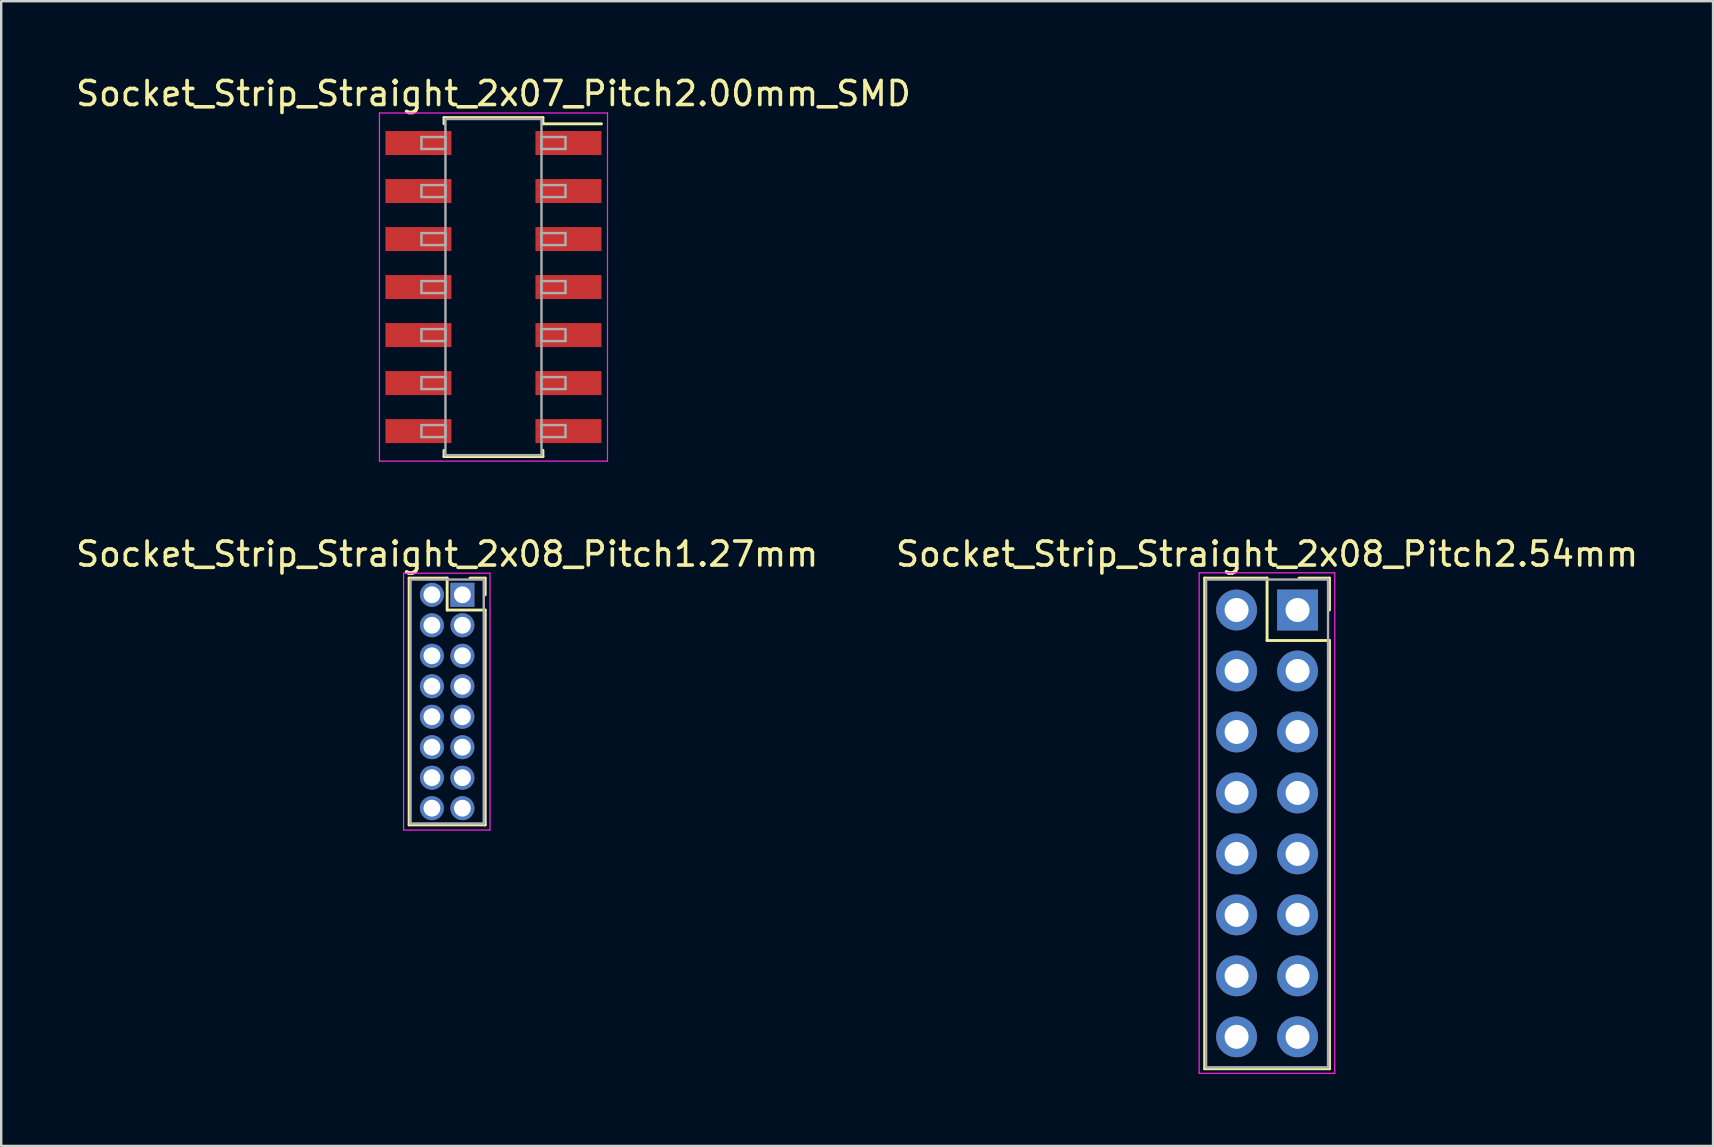
<source format=kicad_pcb>
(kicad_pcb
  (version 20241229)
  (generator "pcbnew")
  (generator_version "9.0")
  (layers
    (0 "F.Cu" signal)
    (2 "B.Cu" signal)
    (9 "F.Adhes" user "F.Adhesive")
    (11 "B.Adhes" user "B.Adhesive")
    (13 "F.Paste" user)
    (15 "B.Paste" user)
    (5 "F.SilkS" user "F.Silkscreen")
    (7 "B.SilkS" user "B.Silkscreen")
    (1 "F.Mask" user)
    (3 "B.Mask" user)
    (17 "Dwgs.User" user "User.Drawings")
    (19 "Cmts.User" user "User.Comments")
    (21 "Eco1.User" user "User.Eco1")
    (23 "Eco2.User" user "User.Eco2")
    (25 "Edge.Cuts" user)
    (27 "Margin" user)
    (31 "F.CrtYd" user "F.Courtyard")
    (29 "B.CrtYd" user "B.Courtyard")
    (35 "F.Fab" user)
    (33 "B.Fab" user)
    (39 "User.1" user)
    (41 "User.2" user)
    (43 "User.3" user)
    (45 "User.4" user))
  (footprint "Socket_Strip_Straight_2x08_Pitch1.27mm"
    (layer "F.Cu")
    (at 16.212 21.727)
    (property "Reference" "Socket_Strip_Straight_2x08_Pitch1.27mm" (at -0.635 -1.695 0) (layer "F.SilkS") (effects (font (size 1 1) (thickness 0.15))))
    (attr through_hole)
    (fp_line (start -2.22 -0.695) (end -0.635 -0.695) (stroke (width 0.12) (type solid)) (layer "F.SilkS"))
    (fp_line (start -2.22 9.585) (end -2.22 -0.695) (stroke (width 0.12) (type solid)) (layer "F.SilkS"))
    (fp_line (start -0.635 -0.695) (end -0.635 0.635) (stroke (width 0.12) (type solid)) (layer "F.SilkS"))
    (fp_line (start -0.635 0.635) (end 0.95 0.635) (stroke (width 0.12) (type solid)) (layer "F.SilkS"))
    (fp_line (start 0.95 -0.695) (end 0.315 -0.695) (stroke (width 0.12) (type solid)) (layer "F.SilkS"))
    (fp_line (start 0.95 0) (end 0.95 -0.695) (stroke (width 0.12) (type solid)) (layer "F.SilkS"))
    (fp_line (start 0.95 0.635) (end 0.95 9.585) (stroke (width 0.12) (type solid)) (layer "F.SilkS"))
    (fp_line (start 0.95 9.585) (end -2.22 9.585) (stroke (width 0.12) (type solid)) (layer "F.SilkS"))
    (fp_line (start -2.45 -0.9) (end -2.45 9.8) (stroke (width 0.05) (type solid)) (layer "F.CrtYd"))
    (fp_line (start -2.45 9.8) (end 1.15 9.8) (stroke (width 0.05) (type solid)) (layer "F.CrtYd"))
    (fp_line (start 1.15 -0.9) (end -2.45 -0.9) (stroke (width 0.05) (type solid)) (layer "F.CrtYd"))
    (fp_line (start 1.15 9.8) (end 1.15 -0.9) (stroke (width 0.05) (type solid)) (layer "F.CrtYd"))
    (fp_line (start -2.16 -0.635) (end -2.16 9.525) (stroke (width 0.1) (type solid)) (layer "F.Fab"))
    (fp_line (start -2.16 9.525) (end 0.89 9.525) (stroke (width 0.1) (type solid)) (layer "F.Fab"))
    (fp_line (start 0.89 -0.635) (end -2.16 -0.635) (stroke (width 0.1) (type solid)) (layer "F.Fab"))
    (fp_line (start 0.89 9.525) (end 0.89 -0.635) (stroke (width 0.1) (type solid)) (layer "F.Fab"))
    (pad "1" thru_hole rect (at 0 0) (size 1 1) (drill 0.7) (layers "*.Cu" "*.Mask"))
    (pad "2" thru_hole oval (at -1.27 0) (size 1 1) (drill 0.7) (layers "*.Cu" "*.Mask"))
    (pad "3" thru_hole oval (at 0 1.27) (size 1 1) (drill 0.7) (layers "*.Cu" "*.Mask"))
    (pad "4" thru_hole oval (at -1.27 1.27) (size 1 1) (drill 0.7) (layers "*.Cu" "*.Mask"))
    (pad "5" thru_hole oval (at 0 2.54) (size 1 1) (drill 0.7) (layers "*.Cu" "*.Mask"))
    (pad "6" thru_hole oval (at -1.27 2.54) (size 1 1) (drill 0.7) (layers "*.Cu" "*.Mask"))
    (pad "7" thru_hole oval (at 0 3.81) (size 1 1) (drill 0.7) (layers "*.Cu" "*.Mask"))
    (pad "8" thru_hole oval (at -1.27 3.81) (size 1 1) (drill 0.7) (layers "*.Cu" "*.Mask"))
    (pad "9" thru_hole oval (at 0 5.08) (size 1 1) (drill 0.7) (layers "*.Cu" "*.Mask"))
    (pad "10" thru_hole oval (at -1.27 5.08) (size 1 1) (drill 0.7) (layers "*.Cu" "*.Mask"))
    (pad "11" thru_hole oval (at 0 6.35) (size 1 1) (drill 0.7) (layers "*.Cu" "*.Mask"))
    (pad "12" thru_hole oval (at -1.27 6.35) (size 1 1) (drill 0.7) (layers "*.Cu" "*.Mask"))
    (pad "13" thru_hole oval (at 0 7.62) (size 1 1) (drill 0.7) (layers "*.Cu" "*.Mask"))
    (pad "14" thru_hole oval (at -1.27 7.62) (size 1 1) (drill 0.7) (layers "*.Cu" "*.Mask"))
    (pad "15" thru_hole oval (at 0 8.89) (size 1 1) (drill 0.7) (layers "*.Cu" "*.Mask"))
    (pad "16" thru_hole oval (at -1.27 8.89) (size 1 1) (drill 0.7) (layers "*.Cu" "*.Mask")))
  (footprint "Socket_Strip_Straight_2x08_Pitch2.54mm"
    (layer "F.Cu")
    (at 51.002 22.361)
    (property "Reference" "Socket_Strip_Straight_2x08_Pitch2.54mm" (at -1.27 -2.33 0) (layer "F.SilkS") (effects (font (size 1 1) (thickness 0.15))))
    (attr through_hole)
    (fp_line (start -3.87 -1.33) (end -1.27 -1.33) (stroke (width 0.12) (type solid)) (layer "F.SilkS"))
    (fp_line (start -3.87 19.11) (end -3.87 -1.33) (stroke (width 0.12) (type solid)) (layer "F.SilkS"))
    (fp_line (start -1.27 -1.33) (end -1.27 1.27) (stroke (width 0.12) (type solid)) (layer "F.SilkS"))
    (fp_line (start -1.27 1.27) (end 1.33 1.27) (stroke (width 0.12) (type solid)) (layer "F.SilkS"))
    (fp_line (start 1.33 -1.33) (end 0.06 -1.33) (stroke (width 0.12) (type solid)) (layer "F.SilkS"))
    (fp_line (start 1.33 0) (end 1.33 -1.33) (stroke (width 0.12) (type solid)) (layer "F.SilkS"))
    (fp_line (start 1.33 1.27) (end 1.33 19.11) (stroke (width 0.12) (type solid)) (layer "F.SilkS"))
    (fp_line (start 1.33 19.11) (end -3.87 19.11) (stroke (width 0.12) (type solid)) (layer "F.SilkS"))
    (fp_line (start -4.1 -1.55) (end -4.1 19.3) (stroke (width 0.05) (type solid)) (layer "F.CrtYd"))
    (fp_line (start -4.1 19.3) (end 1.55 19.3) (stroke (width 0.05) (type solid)) (layer "F.CrtYd"))
    (fp_line (start 1.55 -1.55) (end -4.1 -1.55) (stroke (width 0.05) (type solid)) (layer "F.CrtYd"))
    (fp_line (start 1.55 19.3) (end 1.55 -1.55) (stroke (width 0.05) (type solid)) (layer "F.CrtYd"))
    (fp_line (start -3.81 -1.27) (end -3.81 19.05) (stroke (width 0.1) (type solid)) (layer "F.Fab"))
    (fp_line (start -3.81 19.05) (end 1.27 19.05) (stroke (width 0.1) (type solid)) (layer "F.Fab"))
    (fp_line (start 1.27 -1.27) (end -3.81 -1.27) (stroke (width 0.1) (type solid)) (layer "F.Fab"))
    (fp_line (start 1.27 19.05) (end 1.27 -1.27) (stroke (width 0.1) (type solid)) (layer "F.Fab"))
    (pad "1" thru_hole rect (at 0 0) (size 1.7 1.7) (drill 1) (layers "*.Cu" "*.Mask"))
    (pad "2" thru_hole oval (at -2.54 0) (size 1.7 1.7) (drill 1) (layers "*.Cu" "*.Mask"))
    (pad "3" thru_hole oval (at 0 2.54) (size 1.7 1.7) (drill 1) (layers "*.Cu" "*.Mask"))
    (pad "4" thru_hole oval (at -2.54 2.54) (size 1.7 1.7) (drill 1) (layers "*.Cu" "*.Mask"))
    (pad "5" thru_hole oval (at 0 5.08) (size 1.7 1.7) (drill 1) (layers "*.Cu" "*.Mask"))
    (pad "6" thru_hole oval (at -2.54 5.08) (size 1.7 1.7) (drill 1) (layers "*.Cu" "*.Mask"))
    (pad "7" thru_hole oval (at 0 7.62) (size 1.7 1.7) (drill 1) (layers "*.Cu" "*.Mask"))
    (pad "8" thru_hole oval (at -2.54 7.62) (size 1.7 1.7) (drill 1) (layers "*.Cu" "*.Mask"))
    (pad "9" thru_hole oval (at 0 10.16) (size 1.7 1.7) (drill 1) (layers "*.Cu" "*.Mask"))
    (pad "10" thru_hole oval (at -2.54 10.16) (size 1.7 1.7) (drill 1) (layers "*.Cu" "*.Mask"))
    (pad "11" thru_hole oval (at 0 12.7) (size 1.7 1.7) (drill 1) (layers "*.Cu" "*.Mask"))
    (pad "12" thru_hole oval (at -2.54 12.7) (size 1.7 1.7) (drill 1) (layers "*.Cu" "*.Mask"))
    (pad "13" thru_hole oval (at 0 15.24) (size 1.7 1.7) (drill 1) (layers "*.Cu" "*.Mask"))
    (pad "14" thru_hole oval (at -2.54 15.24) (size 1.7 1.7) (drill 1) (layers "*.Cu" "*.Mask"))
    (pad "15" thru_hole oval (at 0 17.78) (size 1.7 1.7) (drill 1) (layers "*.Cu" "*.Mask"))
    (pad "16" thru_hole oval (at -2.54 17.78) (size 1.7 1.7) (drill 1) (layers "*.Cu" "*.Mask")))
  (footprint "Socket_Strip_Straight_2x07_Pitch2.00mm_SMD"
    (layer "F.Cu")
    (at 17.506 8.908)
    (property "Reference" "Socket_Strip_Straight_2x07_Pitch2.00mm_SMD" (at 0 -8.06 0) (layer "F.SilkS") (effects (font (size 1 1) (thickness 0.15))))
    (attr smd)
    (fp_line (start -2.06 -7.06) (end 2.06 -7.06) (stroke (width 0.12) (type solid)) (layer "F.SilkS"))
    (fp_line (start -2.06 -6.8) (end -2.06 -7.06) (stroke (width 0.12) (type solid)) (layer "F.SilkS"))
    (fp_line (start -2.06 6.8) (end -2.06 7.06) (stroke (width 0.12) (type solid)) (layer "F.SilkS"))
    (fp_line (start -2.06 7.06) (end 2.06 7.06) (stroke (width 0.12) (type solid)) (layer "F.SilkS"))
    (fp_line (start 2.06 -7.06) (end 2.06 -6.8) (stroke (width 0.12) (type solid)) (layer "F.SilkS"))
    (fp_line (start 2.06 7.06) (end 2.06 6.8) (stroke (width 0.12) (type solid)) (layer "F.SilkS"))
    (fp_line (start 4.5 -6.8) (end 2.06 -6.8) (stroke (width 0.12) (type solid)) (layer "F.SilkS"))
    (fp_line (start -4.75 -7.25) (end -4.75 7.25) (stroke (width 0.05) (type solid)) (layer "F.CrtYd"))
    (fp_line (start -4.75 7.25) (end 4.75 7.25) (stroke (width 0.05) (type solid)) (layer "F.CrtYd"))
    (fp_line (start 4.75 -7.25) (end -4.75 -7.25) (stroke (width 0.05) (type solid)) (layer "F.CrtYd"))
    (fp_line (start 4.75 7.25) (end 4.75 -7.25) (stroke (width 0.05) (type solid)) (layer "F.CrtYd"))
    (fp_line (start -3 -6.25) (end -2 -6.25) (stroke (width 0.1) (type solid)) (layer "F.Fab"))
    (fp_line (start -3 -5.75) (end -3 -6.25) (stroke (width 0.1) (type solid)) (layer "F.Fab"))
    (fp_line (start -3 -4.25) (end -2 -4.25) (stroke (width 0.1) (type solid)) (layer "F.Fab"))
    (fp_line (start -3 -3.75) (end -3 -4.25) (stroke (width 0.1) (type solid)) (layer "F.Fab"))
    (fp_line (start -3 -2.25) (end -2 -2.25) (stroke (width 0.1) (type solid)) (layer "F.Fab"))
    (fp_line (start -3 -1.75) (end -3 -2.25) (stroke (width 0.1) (type solid)) (layer "F.Fab"))
    (fp_line (start -3 -0.25) (end -2 -0.25) (stroke (width 0.1) (type solid)) (layer "F.Fab"))
    (fp_line (start -3 0.25) (end -3 -0.25) (stroke (width 0.1) (type solid)) (layer "F.Fab"))
    (fp_line (start -3 1.75) (end -2 1.75) (stroke (width 0.1) (type solid)) (layer "F.Fab"))
    (fp_line (start -3 2.25) (end -3 1.75) (stroke (width 0.1) (type solid)) (layer "F.Fab"))
    (fp_line (start -3 3.75) (end -2 3.75) (stroke (width 0.1) (type solid)) (layer "F.Fab"))
    (fp_line (start -3 4.25) (end -3 3.75) (stroke (width 0.1) (type solid)) (layer "F.Fab"))
    (fp_line (start -3 5.75) (end -2 5.75) (stroke (width 0.1) (type solid)) (layer "F.Fab"))
    (fp_line (start -3 6.25) (end -3 5.75) (stroke (width 0.1) (type solid)) (layer "F.Fab"))
    (fp_line (start -2 -7) (end -2 7) (stroke (width 0.1) (type solid)) (layer "F.Fab"))
    (fp_line (start -2 -6.25) (end -2 -5.75) (stroke (width 0.1) (type solid)) (layer "F.Fab"))
    (fp_line (start -2 -5.75) (end -3 -5.75) (stroke (width 0.1) (type solid)) (layer "F.Fab"))
    (fp_line (start -2 -4.25) (end -2 -3.75) (stroke (width 0.1) (type solid)) (layer "F.Fab"))
    (fp_line (start -2 -3.75) (end -3 -3.75) (stroke (width 0.1) (type solid)) (layer "F.Fab"))
    (fp_line (start -2 -2.25) (end -2 -1.75) (stroke (width 0.1) (type solid)) (layer "F.Fab"))
    (fp_line (start -2 -1.75) (end -3 -1.75) (stroke (width 0.1) (type solid)) (layer "F.Fab"))
    (fp_line (start -2 -0.25) (end -2 0.25) (stroke (width 0.1) (type solid)) (layer "F.Fab"))
    (fp_line (start -2 0.25) (end -3 0.25) (stroke (width 0.1) (type solid)) (layer "F.Fab"))
    (fp_line (start -2 1.75) (end -2 2.25) (stroke (width 0.1) (type solid)) (layer "F.Fab"))
    (fp_line (start -2 2.25) (end -3 2.25) (stroke (width 0.1) (type solid)) (layer "F.Fab"))
    (fp_line (start -2 3.75) (end -2 4.25) (stroke (width 0.1) (type solid)) (layer "F.Fab"))
    (fp_line (start -2 4.25) (end -3 4.25) (stroke (width 0.1) (type solid)) (layer "F.Fab"))
    (fp_line (start -2 5.75) (end -2 6.25) (stroke (width 0.1) (type solid)) (layer "F.Fab"))
    (fp_line (start -2 6.25) (end -3 6.25) (stroke (width 0.1) (type solid)) (layer "F.Fab"))
    (fp_line (start -2 7) (end 2 7) (stroke (width 0.1) (type solid)) (layer "F.Fab"))
    (fp_line (start 2 -7) (end -2 -7) (stroke (width 0.1) (type solid)) (layer "F.Fab"))
    (fp_line (start 2 -6.25) (end 2 -5.75) (stroke (width 0.1) (type solid)) (layer "F.Fab"))
    (fp_line (start 2 -5.75) (end 3 -5.75) (stroke (width 0.1) (type solid)) (layer "F.Fab"))
    (fp_line (start 2 -4.25) (end 2 -3.75) (stroke (width 0.1) (type solid)) (layer "F.Fab"))
    (fp_line (start 2 -3.75) (end 3 -3.75) (stroke (width 0.1) (type solid)) (layer "F.Fab"))
    (fp_line (start 2 -2.25) (end 2 -1.75) (stroke (width 0.1) (type solid)) (layer "F.Fab"))
    (fp_line (start 2 -1.75) (end 3 -1.75) (stroke (width 0.1) (type solid)) (layer "F.Fab"))
    (fp_line (start 2 -0.25) (end 2 0.25) (stroke (width 0.1) (type solid)) (layer "F.Fab"))
    (fp_line (start 2 0.25) (end 3 0.25) (stroke (width 0.1) (type solid)) (layer "F.Fab"))
    (fp_line (start 2 1.75) (end 2 2.25) (stroke (width 0.1) (type solid)) (layer "F.Fab"))
    (fp_line (start 2 2.25) (end 3 2.25) (stroke (width 0.1) (type solid)) (layer "F.Fab"))
    (fp_line (start 2 3.75) (end 2 4.25) (stroke (width 0.1) (type solid)) (layer "F.Fab"))
    (fp_line (start 2 4.25) (end 3 4.25) (stroke (width 0.1) (type solid)) (layer "F.Fab"))
    (fp_line (start 2 5.75) (end 2 6.25) (stroke (width 0.1) (type solid)) (layer "F.Fab"))
    (fp_line (start 2 6.25) (end 3 6.25) (stroke (width 0.1) (type solid)) (layer "F.Fab"))
    (fp_line (start 2 7) (end 2 -7) (stroke (width 0.1) (type solid)) (layer "F.Fab"))
    (fp_line (start 3 -6.25) (end 2 -6.25) (stroke (width 0.1) (type solid)) (layer "F.Fab"))
    (fp_line (start 3 -5.75) (end 3 -6.25) (stroke (width 0.1) (type solid)) (layer "F.Fab"))
    (fp_line (start 3 -4.25) (end 2 -4.25) (stroke (width 0.1) (type solid)) (layer "F.Fab"))
    (fp_line (start 3 -3.75) (end 3 -4.25) (stroke (width 0.1) (type solid)) (layer "F.Fab"))
    (fp_line (start 3 -2.25) (end 2 -2.25) (stroke (width 0.1) (type solid)) (layer "F.Fab"))
    (fp_line (start 3 -1.75) (end 3 -2.25) (stroke (width 0.1) (type solid)) (layer "F.Fab"))
    (fp_line (start 3 -0.25) (end 2 -0.25) (stroke (width 0.1) (type solid)) (layer "F.Fab"))
    (fp_line (start 3 0.25) (end 3 -0.25) (stroke (width 0.1) (type solid)) (layer "F.Fab"))
    (fp_line (start 3 1.75) (end 2 1.75) (stroke (width 0.1) (type solid)) (layer "F.Fab"))
    (fp_line (start 3 2.25) (end 3 1.75) (stroke (width 0.1) (type solid)) (layer "F.Fab"))
    (fp_line (start 3 3.75) (end 2 3.75) (stroke (width 0.1) (type solid)) (layer "F.Fab"))
    (fp_line (start 3 4.25) (end 3 3.75) (stroke (width 0.1) (type solid)) (layer "F.Fab"))
    (fp_line (start 3 5.75) (end 2 5.75) (stroke (width 0.1) (type solid)) (layer "F.Fab"))
    (fp_line (start 3 6.25) (end 3 5.75) (stroke (width 0.1) (type solid)) (layer "F.Fab"))
    (pad "1" smd rect (at 3.125 -6) (size 2.75 1) (layers "F.Cu" "F.Mask"))
    (pad "2" smd rect (at -3.125 -6) (size 2.75 1) (layers "F.Cu" "F.Mask"))
    (pad "3" smd rect (at 3.125 -4) (size 2.75 1) (layers "F.Cu" "F.Mask"))
    (pad "4" smd rect (at -3.125 -4) (size 2.75 1) (layers "F.Cu" "F.Mask"))
    (pad "5" smd rect (at 3.125 -2) (size 2.75 1) (layers "F.Cu" "F.Mask"))
    (pad "6" smd rect (at -3.125 -2) (size 2.75 1) (layers "F.Cu" "F.Mask"))
    (pad "7" smd rect (at 3.125 0) (size 2.75 1) (layers "F.Cu" "F.Mask"))
    (pad "8" smd rect (at -3.125 0) (size 2.75 1) (layers "F.Cu" "F.Mask"))
    (pad "9" smd rect (at 3.125 2) (size 2.75 1) (layers "F.Cu" "F.Mask"))
    (pad "10" smd rect (at -3.125 2) (size 2.75 1) (layers "F.Cu" "F.Mask"))
    (pad "11" smd rect (at 3.125 4) (size 2.75 1) (layers "F.Cu" "F.Mask"))
    (pad "12" smd rect (at -3.125 4) (size 2.75 1) (layers "F.Cu" "F.Mask"))
    (pad "13" smd rect (at 3.125 6) (size 2.75 1) (layers "F.Cu" "F.Mask"))
    (pad "14" smd rect (at -3.125 6) (size 2.75 1) (layers "F.Cu" "F.Mask")))
  (gr_rect
    (start -3 -3)
    (end 68.31 44.687)
    (stroke (width 0.1) (type default))
    (fill no)
    (layer "Edge.Cuts")))
</source>
